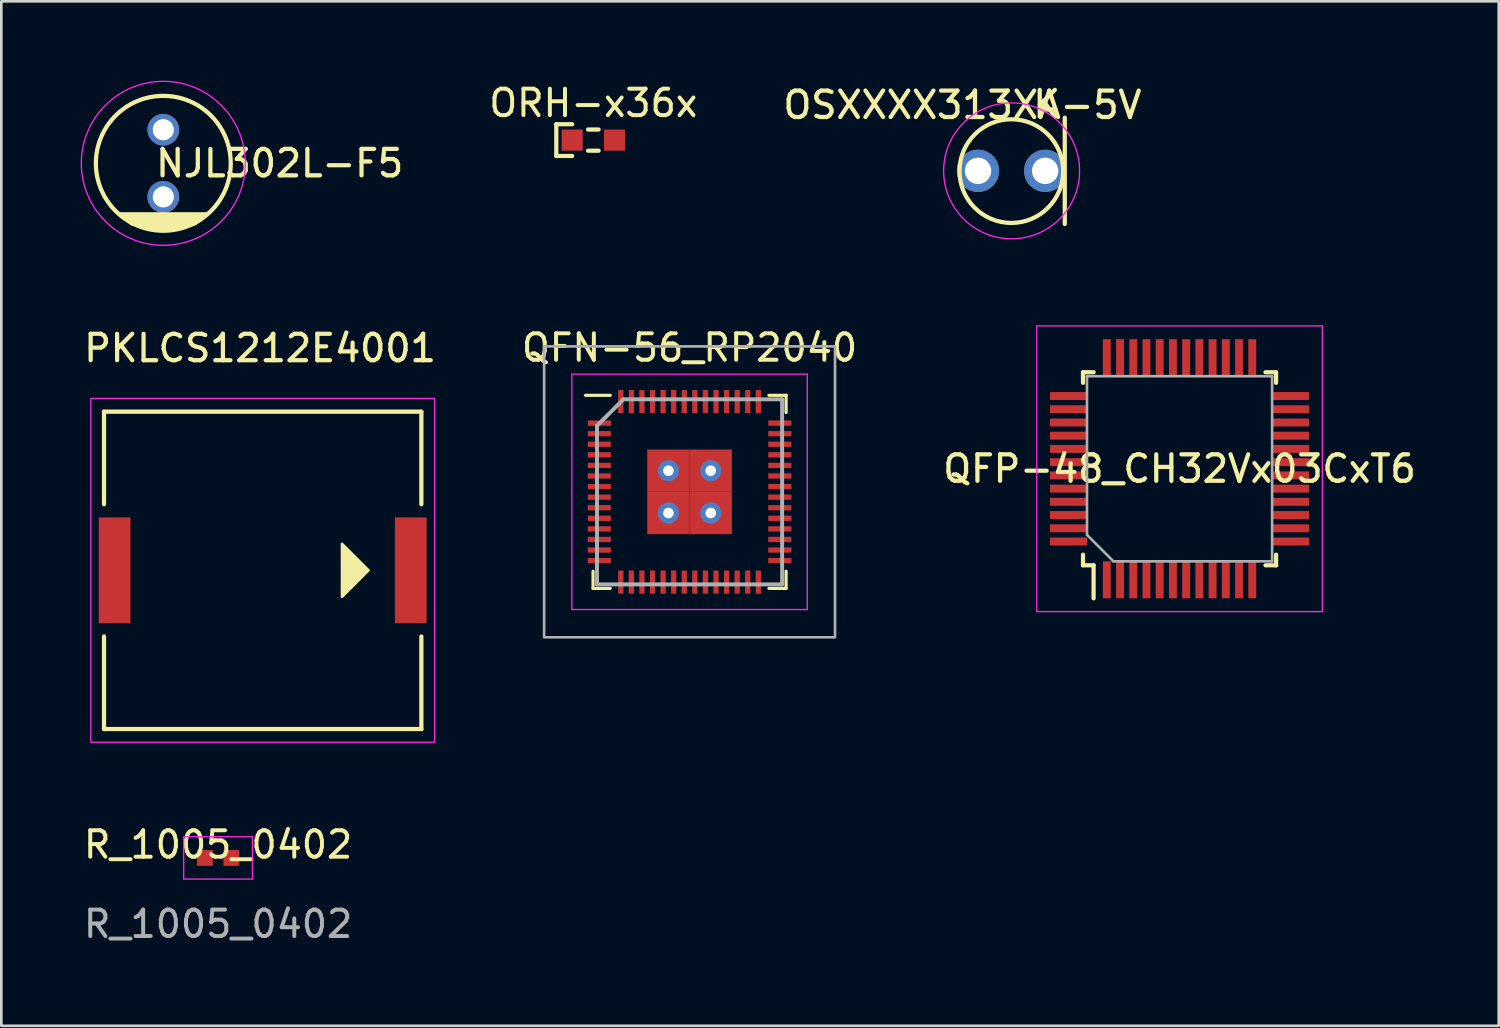
<source format=kicad_pcb>
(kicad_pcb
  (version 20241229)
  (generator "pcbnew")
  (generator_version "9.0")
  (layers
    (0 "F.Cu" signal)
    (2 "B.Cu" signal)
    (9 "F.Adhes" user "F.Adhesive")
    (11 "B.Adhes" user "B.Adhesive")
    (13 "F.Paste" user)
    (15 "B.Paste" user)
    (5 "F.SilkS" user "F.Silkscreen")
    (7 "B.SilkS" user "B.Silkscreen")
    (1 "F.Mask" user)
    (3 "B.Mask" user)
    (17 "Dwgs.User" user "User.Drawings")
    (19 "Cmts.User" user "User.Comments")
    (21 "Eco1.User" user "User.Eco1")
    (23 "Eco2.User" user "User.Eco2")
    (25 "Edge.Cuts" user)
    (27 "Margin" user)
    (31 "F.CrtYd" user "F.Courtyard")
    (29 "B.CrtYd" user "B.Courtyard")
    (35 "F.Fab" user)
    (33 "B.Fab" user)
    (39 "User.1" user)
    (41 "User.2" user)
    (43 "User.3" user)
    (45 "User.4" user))
  (footprint "QFN-56_RP2040"
    (layer "F.Cu")
    (at 23.024 15.548)
    (property "Reference" "QFN-56_RP2040" (at 0 -5.45 0) (layer "F.SilkS") (effects (font (size 1 1) (thickness 0.15))))
    (attr smd)
    (fp_line (start -3.65 3.65) (end -3.65 3) (stroke (width 0.12) (type solid)) (layer "F.SilkS"))
    (fp_line (start -3 -3.65) (end -3.938 -3.65) (stroke (width 0.12) (type solid)) (layer "F.SilkS"))
    (fp_line (start -3 3.65) (end -3.65 3.65) (stroke (width 0.12) (type solid)) (layer "F.SilkS"))
    (fp_line (start 3 -3.65) (end 3.65 -3.65) (stroke (width 0.12) (type solid)) (layer "F.SilkS"))
    (fp_line (start 3 3.65) (end 3.65 3.65) (stroke (width 0.12) (type solid)) (layer "F.SilkS"))
    (fp_line (start 3.65 -3.65) (end 3.65 -3) (stroke (width 0.12) (type solid)) (layer "F.SilkS"))
    (fp_line (start 3.65 3.65) (end 3.65 3) (stroke (width 0.12) (type solid)) (layer "F.SilkS"))
    (fp_line (start -4.45 -4.45) (end 4.45 -4.45) (stroke (width 0.05) (type solid)) (layer "F.CrtYd"))
    (fp_line (start -4.45 4.45) (end -4.45 -4.45) (stroke (width 0.05) (type solid)) (layer "F.CrtYd"))
    (fp_line (start 4.45 -4.45) (end 4.45 4.45) (stroke (width 0.05) (type solid)) (layer "F.CrtYd"))
    (fp_line (start 4.45 4.45) (end -4.45 4.45) (stroke (width 0.05) (type solid)) (layer "F.CrtYd"))
    (fp_line (start -3.5 -2.5) (end -3.5 3.5) (stroke (width 0.15) (type solid)) (layer "F.Fab"))
    (fp_line (start -3.5 3.5) (end 3.5 3.5) (stroke (width 0.15) (type solid)) (layer "F.Fab"))
    (fp_line (start -2.5 -3.5) (end -3.5 -2.5) (stroke (width 0.15) (type solid)) (layer "F.Fab"))
    (fp_line (start 3.5 -3.5) (end -2.5 -3.5) (stroke (width 0.15) (type solid)) (layer "F.Fab"))
    (fp_line (start 3.5 3.5) (end 3.5 -3.5) (stroke (width 0.15) (type solid)) (layer "F.Fab"))
    (fp_rect (start -5.5 -5.5) (end 5.5 5.5) (stroke (width 0.1) (type default)) (fill no) (layer "F.Fab"))
    (pad "1" smd rect (at -3.413 -2.6 90) (size 0.2 0.875) (layers "F.Cu" "F.Mask" "F.Paste"))
    (pad "2" smd rect (at -3.413 -2.2 90) (size 0.2 0.875) (layers "F.Cu" "F.Mask" "F.Paste"))
    (pad "3" smd rect (at -3.413 -1.8 90) (size 0.2 0.875) (layers "F.Cu" "F.Mask" "F.Paste"))
    (pad "4" smd rect (at -3.413 -1.4 90) (size 0.2 0.875) (layers "F.Cu" "F.Mask" "F.Paste"))
    (pad "5" smd rect (at -3.413 -1 90) (size 0.2 0.875) (layers "F.Cu" "F.Mask" "F.Paste"))
    (pad "6" smd rect (at -3.413 -0.6 90) (size 0.2 0.875) (layers "F.Cu" "F.Mask" "F.Paste"))
    (pad "7" smd rect (at -3.413 -0.2 90) (size 0.2 0.875) (layers "F.Cu" "F.Mask" "F.Paste"))
    (pad "8" smd rect (at -3.413 0.2 90) (size 0.2 0.875) (layers "F.Cu" "F.Mask" "F.Paste"))
    (pad "9" smd rect (at -3.413 0.6 90) (size 0.2 0.875) (layers "F.Cu" "F.Mask" "F.Paste"))
    (pad "10" smd rect (at -3.413 1 90) (size 0.2 0.875) (layers "F.Cu" "F.Mask" "F.Paste"))
    (pad "11" smd rect (at -3.413 1.4 90) (size 0.2 0.875) (layers "F.Cu" "F.Mask" "F.Paste"))
    (pad "12" smd rect (at -3.413 1.8 90) (size 0.2 0.875) (layers "F.Cu" "F.Mask" "F.Paste"))
    (pad "13" smd rect (at -3.413 2.2 90) (size 0.2 0.875) (layers "F.Cu" "F.Mask" "F.Paste"))
    (pad "14" smd rect (at -3.413 2.6 90) (size 0.2 0.875) (layers "F.Cu" "F.Mask" "F.Paste"))
    (pad "15" smd rect (at -2.6 3.413) (size 0.2 0.875) (layers "F.Cu" "F.Mask" "F.Paste"))
    (pad "16" smd rect (at -2.2 3.413) (size 0.2 0.875) (layers "F.Cu" "F.Mask" "F.Paste"))
    (pad "17" smd rect (at -1.8 3.413) (size 0.2 0.875) (layers "F.Cu" "F.Mask" "F.Paste"))
    (pad "18" smd rect (at -1.4 3.413) (size 0.2 0.875) (layers "F.Cu" "F.Mask" "F.Paste"))
    (pad "19" smd rect (at -1 3.413) (size 0.2 0.875) (layers "F.Cu" "F.Mask" "F.Paste"))
    (pad "20" smd rect (at -0.6 3.413) (size 0.2 0.875) (layers "F.Cu" "F.Mask" "F.Paste"))
    (pad "21" smd rect (at -0.2 3.413) (size 0.2 0.875) (layers "F.Cu" "F.Mask" "F.Paste"))
    (pad "22" smd rect (at 0.2 3.413) (size 0.2 0.875) (layers "F.Cu" "F.Mask" "F.Paste"))
    (pad "23" smd rect (at 0.6 3.413) (size 0.2 0.875) (layers "F.Cu" "F.Mask" "F.Paste"))
    (pad "24" smd rect (at 1 3.413) (size 0.2 0.875) (layers "F.Cu" "F.Mask" "F.Paste"))
    (pad "25" smd rect (at 1.4 3.413) (size 0.2 0.875) (layers "F.Cu" "F.Mask" "F.Paste"))
    (pad "26" smd rect (at 1.8 3.413) (size 0.2 0.875) (layers "F.Cu" "F.Mask" "F.Paste"))
    (pad "27" smd rect (at 2.2 3.413) (size 0.2 0.875) (layers "F.Cu" "F.Mask" "F.Paste"))
    (pad "28" smd rect (at 2.6 3.413) (size 0.2 0.875) (layers "F.Cu" "F.Mask" "F.Paste"))
    (pad "29" smd rect (at 3.413 2.6 90) (size 0.2 0.875) (layers "F.Cu" "F.Mask" "F.Paste"))
    (pad "30" smd rect (at 3.413 2.2 90) (size 0.2 0.875) (layers "F.Cu" "F.Mask" "F.Paste"))
    (pad "31" smd rect (at 3.413 1.8 90) (size 0.2 0.875) (layers "F.Cu" "F.Mask" "F.Paste"))
    (pad "32" smd rect (at 3.413 1.4 90) (size 0.2 0.875) (layers "F.Cu" "F.Mask" "F.Paste"))
    (pad "33" smd rect (at 3.413 1 90) (size 0.2 0.875) (layers "F.Cu" "F.Mask" "F.Paste"))
    (pad "34" smd rect (at 3.413 0.6 90) (size 0.2 0.875) (layers "F.Cu" "F.Mask" "F.Paste"))
    (pad "35" smd rect (at 3.413 0.2 90) (size 0.2 0.875) (layers "F.Cu" "F.Mask" "F.Paste"))
    (pad "36" smd rect (at 3.413 -0.2 90) (size 0.2 0.875) (layers "F.Cu" "F.Mask" "F.Paste"))
    (pad "37" smd rect (at 3.413 -0.6 90) (size 0.2 0.875) (layers "F.Cu" "F.Mask" "F.Paste"))
    (pad "38" smd rect (at 3.413 -1 90) (size 0.2 0.875) (layers "F.Cu" "F.Mask" "F.Paste"))
    (pad "39" smd rect (at 3.413 -1.4 90) (size 0.2 0.875) (layers "F.Cu" "F.Mask" "F.Paste"))
    (pad "40" smd rect (at 3.413 -1.8 90) (size 0.2 0.875) (layers "F.Cu" "F.Mask" "F.Paste"))
    (pad "41" smd rect (at 3.413 -2.2 90) (size 0.2 0.875) (layers "F.Cu" "F.Mask" "F.Paste"))
    (pad "42" smd rect (at 3.413 -2.6 90) (size 0.2 0.875) (layers "F.Cu" "F.Mask" "F.Paste"))
    (pad "43" smd rect (at 2.6 -3.413) (size 0.2 0.875) (layers "F.Cu" "F.Mask" "F.Paste"))
    (pad "44" smd rect (at 2.2 -3.413) (size 0.2 0.875) (layers "F.Cu" "F.Mask" "F.Paste"))
    (pad "45" smd rect (at 1.8 -3.413) (size 0.2 0.875) (layers "F.Cu" "F.Mask" "F.Paste"))
    (pad "46" smd rect (at 1.4 -3.413) (size 0.2 0.875) (layers "F.Cu" "F.Mask" "F.Paste"))
    (pad "47" smd rect (at 1 -3.413) (size 0.2 0.875) (layers "F.Cu" "F.Mask" "F.Paste"))
    (pad "48" smd rect (at 0.6 -3.413) (size 0.2 0.875) (layers "F.Cu" "F.Mask" "F.Paste"))
    (pad "49" smd rect (at 0.2 -3.413) (size 0.2 0.875) (layers "F.Cu" "F.Mask" "F.Paste"))
    (pad "50" smd rect (at -0.2 -3.413) (size 0.2 0.875) (layers "F.Cu" "F.Mask" "F.Paste"))
    (pad "51" smd rect (at -0.6 -3.413) (size 0.2 0.875) (layers "F.Cu" "F.Mask" "F.Paste"))
    (pad "52" smd rect (at -1 -3.413) (size 0.2 0.875) (layers "F.Cu" "F.Mask" "F.Paste"))
    (pad "53" smd rect (at -1.4 -3.413) (size 0.2 0.875) (layers "F.Cu" "F.Mask" "F.Paste"))
    (pad "54" smd rect (at -1.8 -3.413) (size 0.2 0.875) (layers "F.Cu" "F.Mask" "F.Paste"))
    (pad "55" smd rect (at -2.2 -3.413) (size 0.2 0.875) (layers "F.Cu" "F.Mask" "F.Paste"))
    (pad "56" smd rect (at -2.6 -3.413) (size 0.2 0.875) (layers "F.Cu" "F.Mask" "F.Paste"))
    (pad "57" thru_hole circle (at -0.8 -0.8) (size 0.8 0.8) (drill 0.4) (layers "*.Cu" "*.Mask"))
    (pad "57" smd rect (at -0.8 -0.8) (size 1.6 1.6) (layers "F.Cu" "F.Mask" "F.Paste"))
    (pad "57" thru_hole circle (at -0.8 0.8) (size 0.8 0.8) (drill 0.4) (layers "*.Cu" "*.Mask"))
    (pad "57" smd rect (at -0.8 0.8) (size 1.6 1.6) (layers "F.Cu" "F.Mask" "F.Paste"))
    (pad "57" thru_hole circle (at 0.8 -0.8) (size 0.8 0.8) (drill 0.4) (layers "*.Cu" "*.Mask"))
    (pad "57" smd rect (at 0.8 -0.8) (size 1.6 1.6) (layers "F.Cu" "F.Mask" "F.Paste"))
    (pad "57" thru_hole circle (at 0.8 0.8) (size 0.8 0.8) (drill 0.4) (layers "*.Cu" "*.Mask"))
    (pad "57" smd rect (at 0.8 0.8) (size 1.6 1.6) (layers "F.Cu" "F.Mask" "F.Paste")))
  (footprint "R_1005_0402"
    (layer "F.Cu")
    (at 5.196 29.389)
    (property "Reference" "R_1005_0402" (at 0 -0.5 0) (unlocked yes) (layer "F.SilkS") (effects (font (size 1 1) (thickness 0.15))))
    (attr smd)
    (fp_line (start -1.3 -0.8) (end 1.3 -0.8) (stroke (width 0.05) (type default)) (layer "F.CrtYd"))
    (fp_line (start -1.3 0.8) (end -1.3 -0.8) (stroke (width 0.05) (type default)) (layer "F.CrtYd"))
    (fp_line (start 1.3 -0.8) (end 1.3 0.8) (stroke (width 0.05) (type default)) (layer "F.CrtYd"))
    (fp_line (start 1.3 0.8) (end -1.3 0.8) (stroke (width 0.05) (type default)) (layer "F.CrtYd"))
    (fp_text user "${REFERENCE}" (at 0 2.5 0) (unlocked yes) (layer "F.Fab") (effects (font (size 1 1) (thickness 0.15))))
    (pad "1" smd rect (at -0.5 0) (size 0.6 0.6) (layers "F.Cu" "F.Mask" "F.Paste"))
    (pad "2" smd rect (at 0.5 0) (size 0.6 0.6) (layers "F.Cu" "F.Mask" "F.Paste")))
  (footprint "QFP-48_CH32Vx03CxT6"
    (layer "F.Cu")
    (at 41.551 14.675)
    (property "Reference" "QFP-48_CH32Vx03CxT6" (at 0 0 180) (layer "F.SilkS") (effects (font (size 1 1) (thickness 0.16))))
    (attr smd)
    (fp_line (start -3.65 -3.65) (end -3.25 -3.65) (stroke (width 0.16) (type default)) (layer "F.SilkS"))
    (fp_line (start -3.65 -3.25) (end -3.65 -3.65) (stroke (width 0.16) (type default)) (layer "F.SilkS"))
    (fp_line (start -3.65 3.25) (end -3.65 3.65) (stroke (width 0.16) (type default)) (layer "F.SilkS"))
    (fp_line (start -3.65 3.65) (end -3.25 3.65) (stroke (width 0.16) (type default)) (layer "F.SilkS"))
    (fp_line (start -3.25 3.65) (end -3.25 4.9) (stroke (width 0.16) (type default)) (layer "F.SilkS"))
    (fp_line (start 3.65 -3.65) (end 3.25 -3.65) (stroke (width 0.16) (type default)) (layer "F.SilkS"))
    (fp_line (start 3.65 -3.25) (end 3.65 -3.65) (stroke (width 0.16) (type default)) (layer "F.SilkS"))
    (fp_line (start 3.65 3.25) (end 3.65 3.65) (stroke (width 0.16) (type default)) (layer "F.SilkS"))
    (fp_line (start 3.65 3.65) (end 3.25 3.65) (stroke (width 0.16) (type default)) (layer "F.SilkS"))
    (fp_line (start -5.4 -5.4) (end 5.4 -5.4) (stroke (width 0.05) (type default)) (layer "F.CrtYd"))
    (fp_line (start -5.4 5.4) (end -5.4 -5.4) (stroke (width 0.05) (type default)) (layer "F.CrtYd"))
    (fp_line (start 5.4 -5.4) (end 5.4 5.4) (stroke (width 0.05) (type default)) (layer "F.CrtYd"))
    (fp_line (start 5.4 5.4) (end -5.4 5.4) (stroke (width 0.05) (type default)) (layer "F.CrtYd"))
    (fp_line (start -3.5 -3.5) (end -3.5 2.5) (stroke (width 0.1) (type default)) (layer "F.Fab"))
    (fp_line (start -3.5 2.5) (end -2.5 3.5) (stroke (width 0.1) (type default)) (layer "F.Fab"))
    (fp_line (start -2.5 3.5) (end 3.5 3.5) (stroke (width 0.1) (type default)) (layer "F.Fab"))
    (fp_line (start 3.5 -3.5) (end -3.5 -3.5) (stroke (width 0.1) (type default)) (layer "F.Fab"))
    (fp_line (start 3.5 3.5) (end 3.5 -3.5) (stroke (width 0.1) (type default)) (layer "F.Fab"))
    (pad "1" smd rect (at -2.75 4.2 180) (size 0.3 1.4) (layers "F.Cu" "F.Mask" "F.Paste"))
    (pad "2" smd rect (at -2.25 4.2 180) (size 0.3 1.4) (layers "F.Cu" "F.Mask" "F.Paste"))
    (pad "3" smd rect (at -1.75 4.2 180) (size 0.3 1.4) (layers "F.Cu" "F.Mask" "F.Paste"))
    (pad "4" smd rect (at -1.25 4.2 180) (size 0.3 1.4) (layers "F.Cu" "F.Mask" "F.Paste"))
    (pad "5" smd rect (at -0.75 4.2 180) (size 0.3 1.4) (layers "F.Cu" "F.Mask" "F.Paste"))
    (pad "6" smd rect (at -0.25 4.2 180) (size 0.3 1.4) (layers "F.Cu" "F.Mask" "F.Paste"))
    (pad "7" smd rect (at 0.25 4.2 180) (size 0.3 1.4) (layers "F.Cu" "F.Mask" "F.Paste"))
    (pad "8" smd rect (at 0.75 4.2 180) (size 0.3 1.4) (layers "F.Cu" "F.Mask" "F.Paste"))
    (pad "9" smd rect (at 1.25 4.2 180) (size 0.3 1.4) (layers "F.Cu" "F.Mask" "F.Paste"))
    (pad "10" smd rect (at 1.75 4.2 180) (size 0.3 1.4) (layers "F.Cu" "F.Mask" "F.Paste"))
    (pad "11" smd rect (at 2.25 4.2 180) (size 0.3 1.4) (layers "F.Cu" "F.Mask" "F.Paste"))
    (pad "12" smd rect (at 2.75 4.2 180) (size 0.3 1.4) (layers "F.Cu" "F.Mask" "F.Paste"))
    (pad "13" smd rect (at 4.2 2.75 90) (size 0.3 1.4) (layers "F.Cu" "F.Mask" "F.Paste"))
    (pad "14" smd rect (at 4.2 2.25 90) (size 0.3 1.4) (layers "F.Cu" "F.Mask" "F.Paste"))
    (pad "15" smd rect (at 4.2 1.75 90) (size 0.3 1.4) (layers "F.Cu" "F.Mask" "F.Paste"))
    (pad "16" smd rect (at 4.2 1.25 90) (size 0.3 1.4) (layers "F.Cu" "F.Mask" "F.Paste"))
    (pad "17" smd rect (at 4.2 0.75 90) (size 0.3 1.4) (layers "F.Cu" "F.Mask" "F.Paste"))
    (pad "18" smd rect (at 4.2 0.25 90) (size 0.3 1.4) (layers "F.Cu" "F.Mask" "F.Paste"))
    (pad "19" smd rect (at 4.2 -0.25 90) (size 0.3 1.4) (layers "F.Cu" "F.Mask" "F.Paste"))
    (pad "20" smd rect (at 4.2 -0.75 90) (size 0.3 1.4) (layers "F.Cu" "F.Mask" "F.Paste"))
    (pad "21" smd rect (at 4.2 -1.25 90) (size 0.3 1.4) (layers "F.Cu" "F.Mask" "F.Paste"))
    (pad "22" smd rect (at 4.2 -1.75 90) (size 0.3 1.4) (layers "F.Cu" "F.Mask" "F.Paste"))
    (pad "23" smd rect (at 4.2 -2.25 90) (size 0.3 1.4) (layers "F.Cu" "F.Mask" "F.Paste"))
    (pad "24" smd rect (at 4.2 -2.75 90) (size 0.3 1.4) (layers "F.Cu" "F.Mask" "F.Paste"))
    (pad "25" smd rect (at 2.75 -4.2 180) (size 0.3 1.4) (layers "F.Cu" "F.Mask" "F.Paste"))
    (pad "26" smd rect (at 2.25 -4.2 180) (size 0.3 1.4) (layers "F.Cu" "F.Mask" "F.Paste"))
    (pad "27" smd rect (at 1.75 -4.2 180) (size 0.3 1.4) (layers "F.Cu" "F.Mask" "F.Paste"))
    (pad "28" smd rect (at 1.25 -4.2 180) (size 0.3 1.4) (layers "F.Cu" "F.Mask" "F.Paste"))
    (pad "29" smd rect (at 0.75 -4.2 180) (size 0.3 1.4) (layers "F.Cu" "F.Mask" "F.Paste"))
    (pad "30" smd rect (at 0.25 -4.2 180) (size 0.3 1.4) (layers "F.Cu" "F.Mask" "F.Paste"))
    (pad "31" smd rect (at -0.25 -4.2 180) (size 0.3 1.4) (layers "F.Cu" "F.Mask" "F.Paste"))
    (pad "32" smd rect (at -0.75 -4.2 180) (size 0.3 1.4) (layers "F.Cu" "F.Mask" "F.Paste"))
    (pad "33" smd rect (at -1.25 -4.2 180) (size 0.3 1.4) (layers "F.Cu" "F.Mask" "F.Paste"))
    (pad "34" smd rect (at -1.75 -4.2 180) (size 0.3 1.4) (layers "F.Cu" "F.Mask" "F.Paste"))
    (pad "35" smd rect (at -2.25 -4.2 180) (size 0.3 1.4) (layers "F.Cu" "F.Mask" "F.Paste"))
    (pad "36" smd rect (at -2.75 -4.2 180) (size 0.3 1.4) (layers "F.Cu" "F.Mask" "F.Paste"))
    (pad "37" smd rect (at -4.2 -2.75 90) (size 0.3 1.4) (layers "F.Cu" "F.Mask" "F.Paste"))
    (pad "38" smd rect (at -4.2 -2.25 90) (size 0.3 1.4) (layers "F.Cu" "F.Mask" "F.Paste"))
    (pad "39" smd rect (at -4.2 -1.75 90) (size 0.3 1.4) (layers "F.Cu" "F.Mask" "F.Paste"))
    (pad "40" smd rect (at -4.2 -1.25 90) (size 0.3 1.4) (layers "F.Cu" "F.Mask" "F.Paste"))
    (pad "41" smd rect (at -4.2 -0.75 90) (size 0.3 1.4) (layers "F.Cu" "F.Mask" "F.Paste"))
    (pad "42" smd rect (at -4.2 -0.25 90) (size 0.3 1.4) (layers "F.Cu" "F.Mask" "F.Paste"))
    (pad "43" smd rect (at -4.2 0.25 90) (size 0.3 1.4) (layers "F.Cu" "F.Mask" "F.Paste"))
    (pad "44" smd rect (at -4.2 0.75 90) (size 0.3 1.4) (layers "F.Cu" "F.Mask" "F.Paste"))
    (pad "45" smd rect (at -4.2 1.25 90) (size 0.3 1.4) (layers "F.Cu" "F.Mask" "F.Paste"))
    (pad "46" smd rect (at -4.2 1.75 90) (size 0.3 1.4) (layers "F.Cu" "F.Mask" "F.Paste"))
    (pad "47" smd rect (at -4.2 2.25 90) (size 0.3 1.4) (layers "F.Cu" "F.Mask" "F.Paste"))
    (pad "48" smd rect (at -4.2 2.75 90) (size 0.3 1.4) (layers "F.Cu" "F.Mask" "F.Paste")))
  (footprint "OSXXXX313XA-5V"
    (layer "F.Cu")
    (at 35.201 3.41)
    (property "Reference" "OSXXXX313XA-5V" (at -1.86 -2.49 0) (unlocked yes) (layer "F.SilkS") (effects (font (size 1 1) (thickness 0.16))))
    (attr through_hole)
    (fp_line (start 2.01 -2.01) (end 2.01 2.01) (stroke (width 0.16) (type default)) (layer "F.SilkS"))
    (fp_circle (center -0.01 0.01) (end 1.95 0.01) (stroke (width 0.16) (type default)) (fill no) (layer "F.SilkS"))
    (fp_circle (center 0 0) (end 2.57 0) (stroke (width 0.05) (type default)) (fill no) (layer "F.CrtYd"))
    (fp_text user "K" (at 0.72 -1.93 0) (unlocked yes) (layer "F.SilkS") (effects (font (size 1 1) (thickness 0.16)) (justify left bottom)))
    (pad "1" thru_hole circle (at -1.27 0) (size 1.6 1.6) (drill 1) (layers "*.Cu" "*.Mask"))
    (pad "2" thru_hole circle (at 1.27 0) (size 1.6 1.6) (drill 1) (layers "*.Cu" "*.Mask")))
  (footprint "NJL302L-F5"
    (layer "F.Cu")
    (at 3.125 3.125)
    (property "Reference" "NJL302L-F5" (at 4.4 0 0) (unlocked yes) (layer "F.SilkS") (effects (font (size 1 1) (thickness 0.16))))
    (attr through_hole)
    (fp_circle (center 0 0) (end 2.55 0) (stroke (width 0.16) (type solid)) (fill no) (layer "F.SilkS"))
    (fp_poly (pts (xy -1.7 1.9) (xy 1.7 1.9) (xy 1.2 2.3) (xy 0.5 2.5) (xy 0 2.55) (xy -0.5 2.5) (xy -1.2 2.3)) (stroke (width 0.1) (type solid)) (fill yes) (layer "F.SilkS"))
    (fp_circle (center 0 0) (end 3.1 0) (stroke (width 0.05) (type default)) (fill no) (layer "F.CrtYd"))
    (pad "1" thru_hole circle (at 0 -1.27) (size 1.2 1.2) (drill 0.8) (layers "*.Cu" "*.Mask"))
    (pad "2" thru_hole circle (at 0 1.27) (size 1.2 1.2) (drill 0.8) (layers "*.Cu" "*.Mask")))
  (footprint "ORH-x36x"
    (layer "F.Cu")
    (at 19.385 2.248)
    (property "Reference" "ORH-x36x" (at 0 -1.4 0) (unlocked yes) (layer "F.SilkS") (effects (font (size 1 1) (thickness 0.15))))
    (attr smd)
    (fp_line (start -1.4 -0.6) (end -1.4 0.6) (stroke (width 0.16) (type default)) (layer "F.SilkS"))
    (fp_line (start -1.4 0.6) (end -0.8 0.6) (stroke (width 0.16) (type default)) (layer "F.SilkS"))
    (fp_line (start -0.8 -0.6) (end -1.4 -0.6) (stroke (width 0.16) (type default)) (layer "F.SilkS"))
    (fp_line (start -0.2 -0.4) (end 0.2 -0.4) (stroke (width 0.16) (type default)) (layer "F.SilkS"))
    (fp_line (start -0.2 0.4) (end 0.2 0.4) (stroke (width 0.16) (type default)) (layer "F.SilkS"))
    (fp_rect (start -1.7 -0.9) (end 1.7 0.9) (stroke (width 0.12) (type default)) (fill no) (layer "Margin"))
    (pad "1" smd rect (at -0.8 0) (size 0.8 0.8) (layers "F.Cu" "F.Mask" "F.Paste"))
    (pad "2" smd rect (at 0.8 0) (size 0.8 0.8) (layers "F.Cu" "F.Mask" "F.Paste")))
  (footprint "PKLCS1212E4001"
    (layer "F.Cu")
    (at 6.883 18.516)
    (property "Reference" "PKLCS1212E4001" (at -0.1 -8.4 0) (unlocked yes) (layer "F.SilkS") (effects (font (size 1 1) (thickness 0.16))))
    (attr smd)
    (fp_line (start -6 -6) (end 6 -6) (stroke (width 0.16) (type solid)) (layer "F.SilkS"))
    (fp_line (start -6 -2.5) (end -6 -6) (stroke (width 0.16) (type solid)) (layer "F.SilkS"))
    (fp_line (start -6 6) (end -6 2.5) (stroke (width 0.16) (type solid)) (layer "F.SilkS"))
    (fp_line (start 6 -6) (end 6 -2.5) (stroke (width 0.16) (type solid)) (layer "F.SilkS"))
    (fp_line (start 6 2.5) (end 6 6) (stroke (width 0.16) (type solid)) (layer "F.SilkS"))
    (fp_line (start 6 6) (end -6 6) (stroke (width 0.16) (type solid)) (layer "F.SilkS"))
    (fp_poly (pts (xy 4 0) (xy 3 -1) (xy 3 1)) (stroke (width 0.1) (type solid)) (fill yes) (layer "F.SilkS"))
    (fp_rect (start -6.5 -6.5) (end 6.5 6.5) (stroke (width 0.05) (type default)) (fill no) (layer "F.CrtYd"))
    (pad "1" smd rect (at 5.6 0) (size 1.2 4) (layers "F.Cu" "F.Mask" "F.Paste"))
    (pad "2" smd rect (at -5.6 0) (size 1.2 4) (layers "F.Cu" "F.Mask" "F.Paste")))
  (gr_rect
    (start -3 -3)
    (end 53.62 35.737)
    (stroke (width 0.1) (type default))
    (fill no)
    (layer "Edge.Cuts")))
</source>
